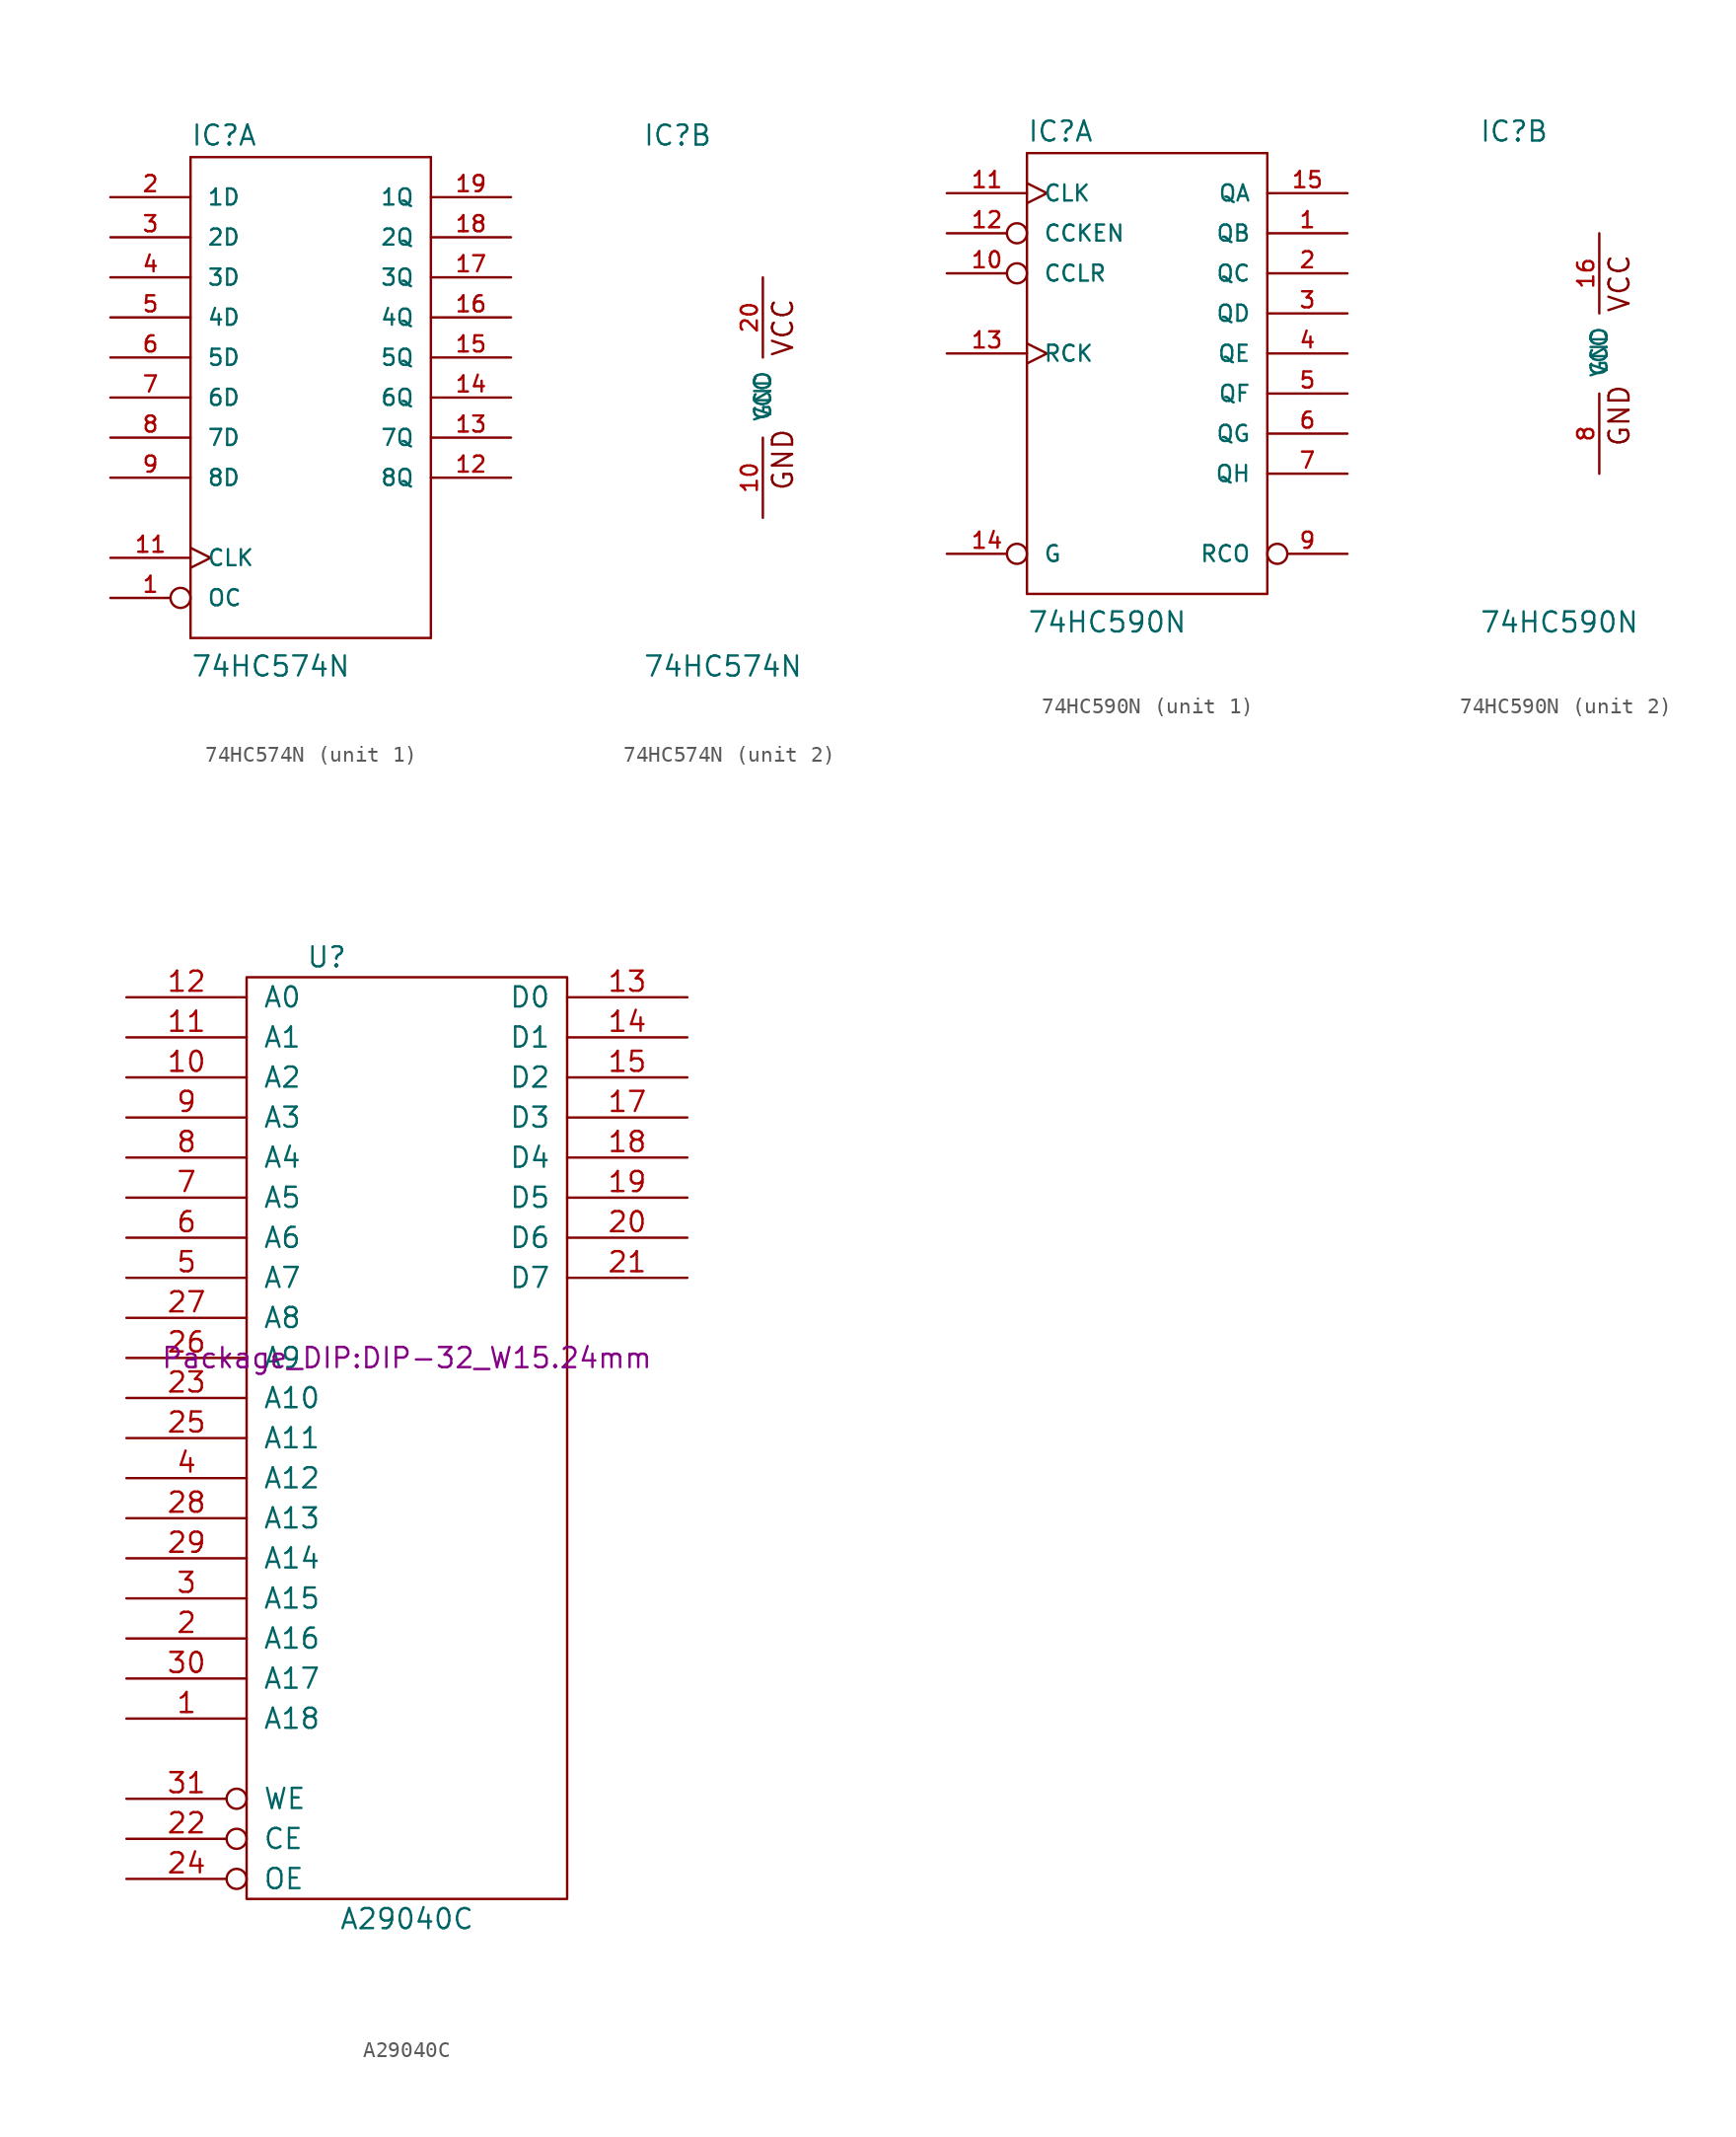
<source format=kicad_sym>
(kicad_symbol_lib
  (version 20220914)
  (generator kicad_symbol_editor)
  (symbol "74HC574N"
    (pin_names
      (offset 1.016))
    (property "Reference" "IC"
      (at -7.62 15.875 0)
      (effects (font (size 1.27 1.27)) (justify left bottom)))
    (property "Value" "74HC574N"
      (at -7.62 -17.78 0)
      (effects (font (size 1.27 1.27)) (justify left bottom)))
    (property "Datasheet" ""
      (at 0 0 0)
      (effects (font (size 1.524 1.524))))
    (property "ki_locked" ""
      (at 0 0 0)
      (effects (font (size 1.27 1.27))))
    (symbol "74HC574N_1_0"
      (polyline (pts (xy -7.62 -15.24) (xy 7.62 -15.24)) (stroke (width 0) (type solid)) (fill (type none)))
      (polyline (pts (xy -7.62 15.24) (xy -7.62 -15.24)) (stroke (width 0) (type solid)) (fill (type none)))
      (polyline (pts (xy 7.62 -15.24) (xy 7.62 15.24)) (stroke (width 0) (type solid)) (fill (type none)))
      (polyline (pts (xy 7.62 15.24) (xy -7.62 15.24)) (stroke (width 0) (type solid)) (fill (type none))))
    (symbol "74HC574N_1_1"
      (pin input inverted (at -12.7 -12.7 0) (length 5.08) (name "OC" (effects (font (size 1.016 1.016)))) (number "1" (effects (font (size 1.016 1.016)))))
      (pin input clock (at -12.7 -10.16 0) (length 5.08) (name "CLK" (effects (font (size 1.016 1.016)))) (number "11" (effects (font (size 1.016 1.016)))))
      (pin tri_state line (at 12.7 -5.08 180) (length 5.08) (name "8Q" (effects (font (size 1.016 1.016)))) (number "12" (effects (font (size 1.016 1.016)))))
      (pin tri_state line (at 12.7 -2.54 180) (length 5.08) (name "7Q" (effects (font (size 1.016 1.016)))) (number "13" (effects (font (size 1.016 1.016)))))
      (pin tri_state line (at 12.7 0 180) (length 5.08) (name "6Q" (effects (font (size 1.016 1.016)))) (number "14" (effects (font (size 1.016 1.016)))))
      (pin tri_state line (at 12.7 2.54 180) (length 5.08) (name "5Q" (effects (font (size 1.016 1.016)))) (number "15" (effects (font (size 1.016 1.016)))))
      (pin tri_state line (at 12.7 5.08 180) (length 5.08) (name "4Q" (effects (font (size 1.016 1.016)))) (number "16" (effects (font (size 1.016 1.016)))))
      (pin tri_state line (at 12.7 7.62 180) (length 5.08) (name "3Q" (effects (font (size 1.016 1.016)))) (number "17" (effects (font (size 1.016 1.016)))))
      (pin tri_state line (at 12.7 10.16 180) (length 5.08) (name "2Q" (effects (font (size 1.016 1.016)))) (number "18" (effects (font (size 1.016 1.016)))))
      (pin tri_state line (at 12.7 12.7 180) (length 5.08) (name "1Q" (effects (font (size 1.016 1.016)))) (number "19" (effects (font (size 1.016 1.016)))))
      (pin input line (at -12.7 12.7 0) (length 5.08) (name "1D" (effects (font (size 1.016 1.016)))) (number "2" (effects (font (size 1.016 1.016)))))
      (pin input line (at -12.7 10.16 0) (length 5.08) (name "2D" (effects (font (size 1.016 1.016)))) (number "3" (effects (font (size 1.016 1.016)))))
      (pin input line (at -12.7 7.62 0) (length 5.08) (name "3D" (effects (font (size 1.016 1.016)))) (number "4" (effects (font (size 1.016 1.016)))))
      (pin input line (at -12.7 5.08 0) (length 5.08) (name "4D" (effects (font (size 1.016 1.016)))) (number "5" (effects (font (size 1.016 1.016)))))
      (pin input line (at -12.7 2.54 0) (length 5.08) (name "5D" (effects (font (size 1.016 1.016)))) (number "6" (effects (font (size 1.016 1.016)))))
      (pin input line (at -12.7 0 0) (length 5.08) (name "6D" (effects (font (size 1.016 1.016)))) (number "7" (effects (font (size 1.016 1.016)))))
      (pin input line (at -12.7 -2.54 0) (length 5.08) (name "7D" (effects (font (size 1.016 1.016)))) (number "8" (effects (font (size 1.016 1.016)))))
      (pin input line (at -12.7 -5.08 0) (length 5.08) (name "8D" (effects (font (size 1.016 1.016)))) (number "9" (effects (font (size 1.016 1.016))))))
    (symbol "74HC574N_2_0"
      (text "GND" (at 1.27 -3.937 1) (effects (font (size 1.27 1.27))))
      (text "VCC" (at 1.27 4.445 1) (effects (font (size 1.27 1.27)))))
    (symbol "74HC574N_2_1"
      (pin power_in line (at 0 -7.62 90) (length 5.08) (name "GND" (effects (font (size 1.016 1.016)))) (number "10" (effects (font (size 1.016 1.016)))))
      (pin power_in line (at 0 7.62 270) (length 5.08) (name "VCC" (effects (font (size 1.016 1.016)))) (number "20" (effects (font (size 1.016 1.016)))))))
  (symbol "74HC590N"
    (pin_names
      (offset 1.016))
    (property "Reference" "IC"
      (at -7.62 13.335 0)
      (effects (font (size 1.27 1.27)) (justify left bottom)))
    (property "Value" "74HC590N"
      (at -7.62 -17.78 0)
      (effects (font (size 1.27 1.27)) (justify left bottom)))
    (property "Datasheet" ""
      (at 0 0 0)
      (effects (font (size 1.524 1.524))))
    (property "ki_locked" ""
      (at 0 0 0)
      (effects (font (size 1.27 1.27))))
    (symbol "74HC590N_1_0"
      (polyline (pts (xy -7.62 -15.24) (xy 7.62 -15.24)) (stroke (width 0) (type solid)) (fill (type none)))
      (polyline (pts (xy -7.62 12.7) (xy -7.62 -15.24)) (stroke (width 0) (type solid)) (fill (type none)))
      (polyline (pts (xy 7.62 -15.24) (xy 7.62 12.7)) (stroke (width 0) (type solid)) (fill (type none)))
      (polyline (pts (xy 7.62 12.7) (xy -7.62 12.7)) (stroke (width 0) (type solid)) (fill (type none))))
    (symbol "74HC590N_1_1"
      (pin tri_state line (at 12.7 7.62 180) (length 5.08) (name "QB" (effects (font (size 1.016 1.016)))) (number "1" (effects (font (size 1.016 1.016)))))
      (pin input inverted (at -12.7 5.08 0) (length 5.08) (name "CCLR" (effects (font (size 1.016 1.016)))) (number "10" (effects (font (size 1.016 1.016)))))
      (pin input clock (at -12.7 10.16 0) (length 5.08) (name "CLK" (effects (font (size 1.016 1.016)))) (number "11" (effects (font (size 1.016 1.016)))))
      (pin input inverted (at -12.7 7.62 0) (length 5.08) (name "CCKEN" (effects (font (size 1.016 1.016)))) (number "12" (effects (font (size 1.016 1.016)))))
      (pin input clock (at -12.7 0 0) (length 5.08) (name "RCK" (effects (font (size 1.016 1.016)))) (number "13" (effects (font (size 1.016 1.016)))))
      (pin input inverted (at -12.7 -12.7 0) (length 5.08) (name "G" (effects (font (size 1.016 1.016)))) (number "14" (effects (font (size 1.016 1.016)))))
      (pin tri_state line (at 12.7 10.16 180) (length 5.08) (name "QA" (effects (font (size 1.016 1.016)))) (number "15" (effects (font (size 1.016 1.016)))))
      (pin tri_state line (at 12.7 5.08 180) (length 5.08) (name "QC" (effects (font (size 1.016 1.016)))) (number "2" (effects (font (size 1.016 1.016)))))
      (pin tri_state line (at 12.7 2.54 180) (length 5.08) (name "QD" (effects (font (size 1.016 1.016)))) (number "3" (effects (font (size 1.016 1.016)))))
      (pin tri_state line (at 12.7 0 180) (length 5.08) (name "QE" (effects (font (size 1.016 1.016)))) (number "4" (effects (font (size 1.016 1.016)))))
      (pin tri_state line (at 12.7 -2.54 180) (length 5.08) (name "QF" (effects (font (size 1.016 1.016)))) (number "5" (effects (font (size 1.016 1.016)))))
      (pin tri_state line (at 12.7 -5.08 180) (length 5.08) (name "QG" (effects (font (size 1.016 1.016)))) (number "6" (effects (font (size 1.016 1.016)))))
      (pin tri_state line (at 12.7 -7.62 180) (length 5.08) (name "QH" (effects (font (size 1.016 1.016)))) (number "7" (effects (font (size 1.016 1.016)))))
      (pin output inverted (at 12.7 -12.7 180) (length 5.08) (name "RCO" (effects (font (size 1.016 1.016)))) (number "9" (effects (font (size 1.016 1.016))))))
    (symbol "74HC590N_2_0"
      (text "GND" (at 1.27 -3.937 1) (effects (font (size 1.27 1.27))))
      (text "VCC" (at 1.27 4.445 1) (effects (font (size 1.27 1.27)))))
    (symbol "74HC590N_2_1"
      (pin power_in line (at 0 7.62 270) (length 5.08) (name "VCC" (effects (font (size 1.016 1.016)))) (number "16" (effects (font (size 1.016 1.016)))))
      (pin power_in line (at 0 -7.62 90) (length 5.08) (name "GND" (effects (font (size 1.016 1.016)))) (number "8" (effects (font (size 1.016 1.016)))))))
  (symbol "A29040C"
    (pin_names
      (offset 1.016))
    (property "Reference" "U"
      (at -5.08 25.4 0)
      (effects (font (size 1.27 1.27))))
    (property "Value" "A29040C"
      (at 0 -35.56 0)
      (effects (font (size 1.27 1.27))))
    (property "Footprint" "Package_DIP:DIP-32_W15.24mm"
      (at 0 0 0)
      (effects (font (size 1.27 1.27))))
    (property "Datasheet" ""
      (at 0 0 0)
      (effects (font (size 1.27 1.27))))
    (symbol "A29040C_0_0"
      (pin power_in line (at 0 -35.56 90) (length 1.27) hide (name "GND" (effects (font (size 1.27 1.27)))) (number "16" (effects (font (size 1.27 1.27)))))
      (pin power_in line (at 0 25.4 270) (length 1.27) hide (name "VCC" (effects (font (size 1.27 1.27)))) (number "32" (effects (font (size 1.27 1.27))))))
    (symbol "A29040C_0_1"
      (rectangle (start -10.16 24.13) (end 10.16 -34.29) (stroke (width 0) (type solid)) (fill (type none))))
    (symbol "A29040C_1_1"
      (pin input line (at -17.78 -22.86 0) (length 7.62) (name "A18" (effects (font (size 1.27 1.27)))) (number "1" (effects (font (size 1.27 1.27)))))
      (pin input line (at -17.78 17.78 0) (length 7.62) (name "A2" (effects (font (size 1.27 1.27)))) (number "10" (effects (font (size 1.27 1.27)))))
      (pin input line (at -17.78 20.32 0) (length 7.62) (name "A1" (effects (font (size 1.27 1.27)))) (number "11" (effects (font (size 1.27 1.27)))))
      (pin input line (at -17.78 22.86 0) (length 7.62) (name "A0" (effects (font (size 1.27 1.27)))) (number "12" (effects (font (size 1.27 1.27)))))
      (pin tri_state line (at 17.78 22.86 180) (length 7.62) (name "D0" (effects (font (size 1.27 1.27)))) (number "13" (effects (font (size 1.27 1.27)))))
      (pin tri_state line (at 17.78 20.32 180) (length 7.62) (name "D1" (effects (font (size 1.27 1.27)))) (number "14" (effects (font (size 1.27 1.27)))))
      (pin tri_state line (at 17.78 17.78 180) (length 7.62) (name "D2" (effects (font (size 1.27 1.27)))) (number "15" (effects (font (size 1.27 1.27)))))
      (pin tri_state line (at 17.78 15.24 180) (length 7.62) (name "D3" (effects (font (size 1.27 1.27)))) (number "17" (effects (font (size 1.27 1.27)))))
      (pin tri_state line (at 17.78 12.7 180) (length 7.62) (name "D4" (effects (font (size 1.27 1.27)))) (number "18" (effects (font (size 1.27 1.27)))))
      (pin tri_state line (at 17.78 10.16 180) (length 7.62) (name "D5" (effects (font (size 1.27 1.27)))) (number "19" (effects (font (size 1.27 1.27)))))
      (pin input line (at -17.78 -17.78 0) (length 7.62) (name "A16" (effects (font (size 1.27 1.27)))) (number "2" (effects (font (size 1.27 1.27)))))
      (pin tri_state line (at 17.78 7.62 180) (length 7.62) (name "D6" (effects (font (size 1.27 1.27)))) (number "20" (effects (font (size 1.27 1.27)))))
      (pin tri_state line (at 17.78 5.08 180) (length 7.62) (name "D7" (effects (font (size 1.27 1.27)))) (number "21" (effects (font (size 1.27 1.27)))))
      (pin input inverted (at -17.78 -30.48 0) (length 7.62) (name "CE" (effects (font (size 1.27 1.27)))) (number "22" (effects (font (size 1.27 1.27)))))
      (pin input line (at -17.78 -2.54 0) (length 7.62) (name "A10" (effects (font (size 1.27 1.27)))) (number "23" (effects (font (size 1.27 1.27)))))
      (pin input inverted (at -17.78 -33.02 0) (length 7.62) (name "OE" (effects (font (size 1.27 1.27)))) (number "24" (effects (font (size 1.27 1.27)))))
      (pin input line (at -17.78 -5.08 0) (length 7.62) (name "A11" (effects (font (size 1.27 1.27)))) (number "25" (effects (font (size 1.27 1.27)))))
      (pin input line (at -17.78 0 0) (length 7.62) (name "A9" (effects (font (size 1.27 1.27)))) (number "26" (effects (font (size 1.27 1.27)))))
      (pin input line (at -17.78 2.54 0) (length 7.62) (name "A8" (effects (font (size 1.27 1.27)))) (number "27" (effects (font (size 1.27 1.27)))))
      (pin input line (at -17.78 -10.16 0) (length 7.62) (name "A13" (effects (font (size 1.27 1.27)))) (number "28" (effects (font (size 1.27 1.27)))))
      (pin input line (at -17.78 -12.7 0) (length 7.62) (name "A14" (effects (font (size 1.27 1.27)))) (number "29" (effects (font (size 1.27 1.27)))))
      (pin input line (at -17.78 -15.24 0) (length 7.62) (name "A15" (effects (font (size 1.27 1.27)))) (number "3" (effects (font (size 1.27 1.27)))))
      (pin input line (at -17.78 -20.32 0) (length 7.62) (name "A17" (effects (font (size 1.27 1.27)))) (number "30" (effects (font (size 1.27 1.27)))))
      (pin input inverted (at -17.78 -27.94 0) (length 7.62) (name "WE" (effects (font (size 1.27 1.27)))) (number "31" (effects (font (size 1.27 1.27)))))
      (pin input line (at -17.78 -7.62 0) (length 7.62) (name "A12" (effects (font (size 1.27 1.27)))) (number "4" (effects (font (size 1.27 1.27)))))
      (pin input line (at -17.78 5.08 0) (length 7.62) (name "A7" (effects (font (size 1.27 1.27)))) (number "5" (effects (font (size 1.27 1.27)))))
      (pin input line (at -17.78 7.62 0) (length 7.62) (name "A6" (effects (font (size 1.27 1.27)))) (number "6" (effects (font (size 1.27 1.27)))))
      (pin input line (at -17.78 10.16 0) (length 7.62) (name "A5" (effects (font (size 1.27 1.27)))) (number "7" (effects (font (size 1.27 1.27)))))
      (pin input line (at -17.78 12.7 0) (length 7.62) (name "A4" (effects (font (size 1.27 1.27)))) (number "8" (effects (font (size 1.27 1.27)))))
      (pin input line (at -17.78 15.24 0) (length 7.62) (name "A3" (effects (font (size 1.27 1.27)))) (number "9" (effects (font (size 1.27 1.27))))))))
</source>
